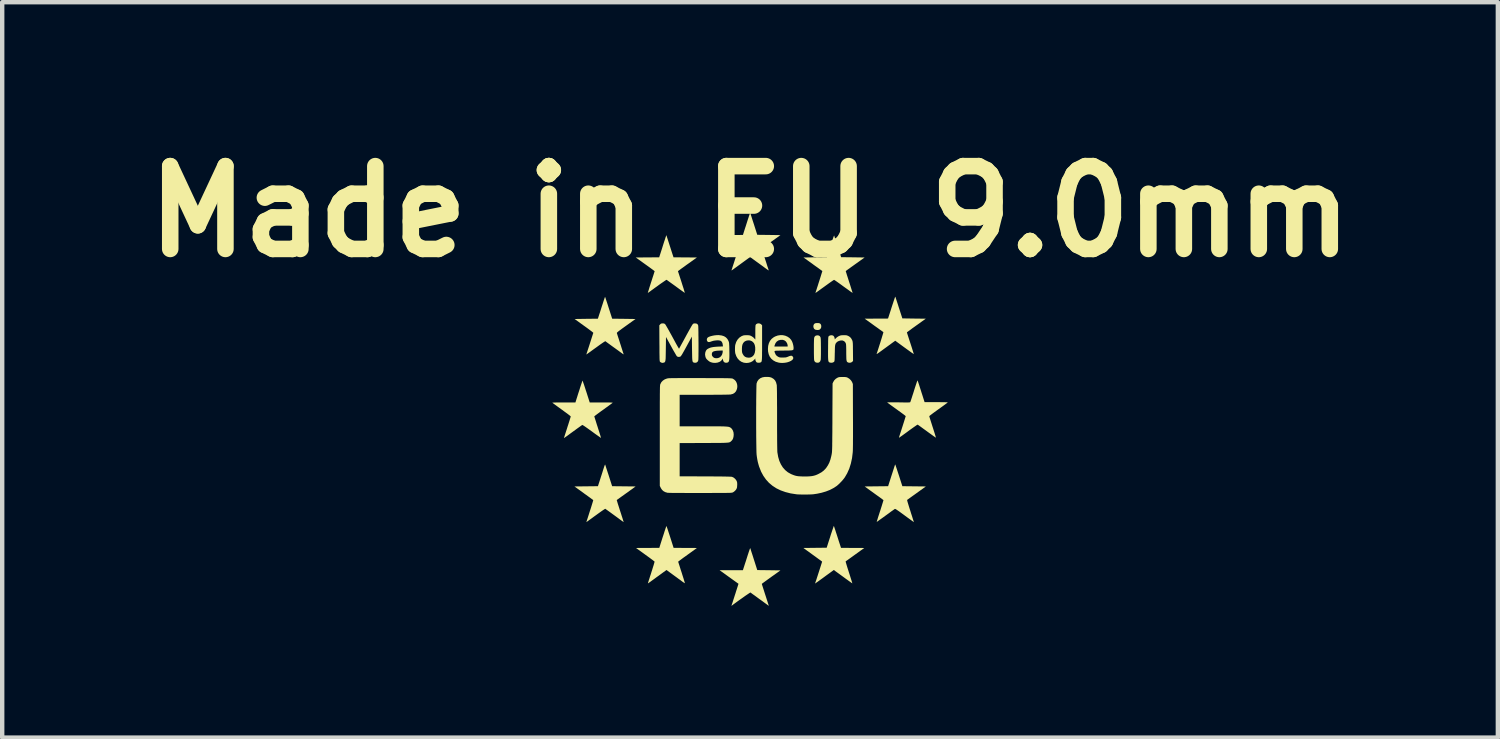
<source format=kicad_pcb>
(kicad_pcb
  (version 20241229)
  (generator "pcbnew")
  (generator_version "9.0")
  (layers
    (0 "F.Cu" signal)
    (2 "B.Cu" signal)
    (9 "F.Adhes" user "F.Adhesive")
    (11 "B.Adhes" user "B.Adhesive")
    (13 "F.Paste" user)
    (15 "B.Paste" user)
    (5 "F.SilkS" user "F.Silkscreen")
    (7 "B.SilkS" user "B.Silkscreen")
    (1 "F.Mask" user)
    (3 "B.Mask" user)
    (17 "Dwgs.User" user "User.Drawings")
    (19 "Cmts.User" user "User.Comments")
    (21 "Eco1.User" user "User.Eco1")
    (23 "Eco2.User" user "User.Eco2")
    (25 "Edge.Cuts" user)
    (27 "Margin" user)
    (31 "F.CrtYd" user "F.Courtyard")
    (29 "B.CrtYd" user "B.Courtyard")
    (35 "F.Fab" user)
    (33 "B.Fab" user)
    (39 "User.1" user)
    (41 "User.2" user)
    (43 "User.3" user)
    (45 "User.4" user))
  (footprint "Made in EU 9.0mm"
    (layer "F.Cu")
    (at 14.019 6.263)
    (property "Reference" "Made in EU 9.0mm" (at 0 -4.5 180) (layer "F.SilkS") (effects (font (size 1.885 1.885) (thickness 0.376))))
    (attr board_only exclude_from_pos_files exclude_from_bom)
    (fp_poly (pts (xy 1.562 -1.96) (xy 1.591 -1.952) (xy 1.61 -1.934) (xy 1.62 -1.907) (xy 1.622 -1.884) (xy 1.617 -1.851) (xy 1.6 -1.825) (xy 1.58 -1.81) (xy 1.558 -1.804) (xy 1.529 -1.803) (xy 1.499 -1.807) (xy 1.482 -1.812) (xy 1.461 -1.828) (xy 1.448 -1.851) (xy 1.442 -1.879) (xy 1.444 -1.907) (xy 1.455 -1.933) (xy 1.464 -1.943) (xy 1.478 -1.953) (xy 1.497 -1.959) (xy 1.523 -1.961)) (stroke (width 0) (type solid)) (fill yes) (layer "F.SilkS"))
    (fp_poly (pts (xy 1.566 -1.677) (xy 1.589 -1.662) (xy 1.604 -1.637) (xy 1.608 -1.621) (xy 1.609 -1.606) (xy 1.611 -1.581) (xy 1.612 -1.546) (xy 1.613 -1.503) (xy 1.613 -1.456) (xy 1.614 -1.405) (xy 1.614 -1.353) (xy 1.614 -1.301) (xy 1.614 -1.253) (xy 1.613 -1.21) (xy 1.612 -1.173) (xy 1.611 -1.146) (xy 1.61 -1.129) (xy 1.6 -1.096) (xy 1.587 -1.078) (xy 1.573 -1.066) (xy 1.558 -1.06) (xy 1.536 -1.058) (xy 1.536 -1.058) (xy 1.506 -1.062) (xy 1.485 -1.072) (xy 1.485 -1.072) (xy 1.471 -1.088) (xy 1.461 -1.109) (xy 1.461 -1.111) (xy 1.459 -1.124) (xy 1.457 -1.149) (xy 1.456 -1.184) (xy 1.455 -1.226) (xy 1.454 -1.274) (xy 1.454 -1.325) (xy 1.454 -1.378) (xy 1.454 -1.43) (xy 1.454 -1.481) (xy 1.455 -1.527) (xy 1.456 -1.567) (xy 1.458 -1.599) (xy 1.459 -1.621) (xy 1.461 -1.629) (xy 1.474 -1.657) (xy 1.496 -1.674) (xy 1.527 -1.681) (xy 1.535 -1.681)) (stroke (width 0) (type solid)) (fill yes) (layer "F.SilkS"))
    (fp_poly (pts (xy 3.308 -2.56) (xy 3.308 -2.559) (xy 3.311 -2.55) (xy 3.317 -2.531) (xy 3.327 -2.501) (xy 3.339 -2.463) (xy 3.354 -2.418) (xy 3.37 -2.368) (xy 3.387 -2.314) (xy 3.389 -2.308) (xy 3.467 -2.067) (xy 3.734 -2.063) (xy 4 -2.06) (xy 3.785 -1.906) (xy 3.738 -1.872) (xy 3.694 -1.841) (xy 3.656 -1.812) (xy 3.623 -1.788) (xy 3.597 -1.769) (xy 3.579 -1.756) (xy 3.571 -1.749) (xy 3.571 -1.749) (xy 3.573 -1.742) (xy 3.578 -1.723) (xy 3.587 -1.695) (xy 3.599 -1.658) (xy 3.613 -1.614) (xy 3.629 -1.565) (xy 3.647 -1.511) (xy 3.65 -1.501) (xy 3.668 -1.446) (xy 3.684 -1.396) (xy 3.698 -1.351) (xy 3.71 -1.313) (xy 3.719 -1.283) (xy 3.725 -1.263) (xy 3.727 -1.254) (xy 3.727 -1.254) (xy 3.722 -1.257) (xy 3.707 -1.268) (xy 3.683 -1.284) (xy 3.652 -1.306) (xy 3.615 -1.333) (xy 3.573 -1.363) (xy 3.527 -1.397) (xy 3.515 -1.405) (xy 3.305 -1.559) (xy 3.104 -1.412) (xy 3.049 -1.372) (xy 3.003 -1.338) (xy 2.967 -1.312) (xy 2.938 -1.291) (xy 2.917 -1.276) (xy 2.901 -1.266) (xy 2.891 -1.259) (xy 2.885 -1.257) (xy 2.882 -1.257) (xy 2.882 -1.259) (xy 2.883 -1.263) (xy 2.883 -1.264) (xy 2.905 -1.329) (xy 2.926 -1.395) (xy 2.946 -1.458) (xy 2.966 -1.519) (xy 2.983 -1.575) (xy 2.999 -1.626) (xy 3.012 -1.67) (xy 3.023 -1.706) (xy 3.031 -1.733) (xy 3.035 -1.75) (xy 3.035 -1.755) (xy 3.029 -1.759) (xy 3.013 -1.771) (xy 2.988 -1.789) (xy 2.956 -1.811) (xy 2.918 -1.839) (xy 2.876 -1.869) (xy 2.829 -1.902) (xy 2.82 -1.909) (xy 2.61 -2.06) (xy 2.876 -2.062) (xy 3.141 -2.063) (xy 3.199 -2.242) (xy 3.222 -2.316) (xy 3.242 -2.377) (xy 3.259 -2.428) (xy 3.272 -2.468) (xy 3.283 -2.5) (xy 3.291 -2.524) (xy 3.297 -2.541) (xy 3.301 -2.552) (xy 3.305 -2.559) (xy 3.307 -2.561)) (stroke (width 0) (type solid)) (fill yes) (layer "F.SilkS"))
    (fp_poly (pts (xy 0.009 3.171) (xy 0.015 3.19) (xy 0.024 3.22) (xy 0.036 3.258) (xy 0.051 3.303) (xy 0.067 3.353) (xy 0.084 3.407) (xy 0.087 3.416) (xy 0.165 3.661) (xy 0.429 3.664) (xy 0.693 3.668) (xy 0.495 3.809) (xy 0.449 3.842) (xy 0.406 3.873) (xy 0.368 3.901) (xy 0.335 3.925) (xy 0.309 3.944) (xy 0.291 3.957) (xy 0.283 3.963) (xy 0.268 3.976) (xy 0.345 4.217) (xy 0.363 4.271) (xy 0.379 4.322) (xy 0.394 4.367) (xy 0.406 4.406) (xy 0.416 4.437) (xy 0.423 4.457) (xy 0.426 4.467) (xy 0.426 4.467) (xy 0.426 4.473) (xy 0.42 4.47) (xy 0.411 4.463) (xy 0.393 4.45) (xy 0.367 4.431) (xy 0.335 4.408) (xy 0.299 4.381) (xy 0.259 4.352) (xy 0.218 4.323) (xy 0.177 4.293) (xy 0.138 4.264) (xy 0.101 4.237) (xy 0.068 4.214) (xy 0.041 4.194) (xy 0.022 4.18) (xy 0.011 4.172) (xy 0.009 4.171) (xy 0.003 4.174) (xy -0.013 4.184) (xy -0.037 4.2) (xy -0.068 4.221) (xy -0.104 4.245) (xy -0.143 4.273) (xy -0.185 4.303) (xy -0.228 4.333) (xy -0.271 4.364) (xy -0.311 4.393) (xy -0.349 4.421) (xy -0.382 4.445) (xy -0.409 4.466) (xy -0.415 4.471) (xy -0.422 4.474) (xy -0.421 4.468) (xy -0.421 4.468) (xy -0.418 4.459) (xy -0.412 4.439) (xy -0.402 4.411) (xy -0.39 4.374) (xy -0.377 4.332) (xy -0.362 4.287) (xy -0.347 4.239) (xy -0.331 4.191) (xy -0.317 4.145) (xy -0.303 4.102) (xy -0.291 4.064) (xy -0.281 4.033) (xy -0.274 4.011) (xy -0.271 4.001) (xy -0.262 3.973) (xy -0.477 3.819) (xy -0.692 3.664) (xy -0.427 3.664) (xy -0.162 3.664) (xy -0.114 3.515) (xy -0.097 3.464) (xy -0.08 3.41) (xy -0.063 3.356) (xy -0.047 3.306) (xy -0.033 3.265) (xy -0.032 3.259) (xy -0.02 3.225) (xy -0.01 3.196) (xy -0.002 3.175) (xy 0.004 3.163) (xy 0.006 3.162)) (stroke (width 0) (type solid)) (fill yes) (layer "F.SilkS"))
    (fp_poly (pts (xy -1.849 -3.791) (xy -1.833 -3.741) (xy -1.816 -3.689) (xy -1.8 -3.639) (xy -1.786 -3.595) (xy -1.774 -3.558) (xy -1.768 -3.539) (xy -1.741 -3.457) (xy -1.475 -3.455) (xy -1.209 -3.453) (xy -1.4 -3.316) (xy -1.446 -3.284) (xy -1.489 -3.252) (xy -1.528 -3.224) (xy -1.562 -3.2) (xy -1.589 -3.18) (xy -1.607 -3.167) (xy -1.615 -3.161) (xy -1.64 -3.142) (xy -1.56 -2.896) (xy -1.543 -2.841) (xy -1.527 -2.791) (xy -1.512 -2.746) (xy -1.501 -2.707) (xy -1.492 -2.677) (xy -1.486 -2.657) (xy -1.483 -2.648) (xy -1.483 -2.648) (xy -1.489 -2.651) (xy -1.504 -2.661) (xy -1.528 -2.678) (xy -1.559 -2.7) (xy -1.596 -2.726) (xy -1.638 -2.757) (xy -1.683 -2.79) (xy -1.688 -2.794) (xy -1.734 -2.827) (xy -1.777 -2.858) (xy -1.816 -2.886) (xy -1.848 -2.909) (xy -1.874 -2.928) (xy -1.891 -2.94) (xy -1.899 -2.945) (xy -1.9 -2.945) (xy -1.907 -2.942) (xy -1.923 -2.932) (xy -1.948 -2.915) (xy -1.98 -2.893) (xy -2.018 -2.867) (xy -2.061 -2.837) (xy -2.107 -2.803) (xy -2.115 -2.797) (xy -2.162 -2.764) (xy -2.205 -2.732) (xy -2.243 -2.705) (xy -2.275 -2.681) (xy -2.301 -2.663) (xy -2.318 -2.651) (xy -2.326 -2.646) (xy -2.326 -2.646) (xy -2.325 -2.652) (xy -2.32 -2.67) (xy -2.311 -2.697) (xy -2.3 -2.733) (xy -2.287 -2.777) (xy -2.271 -2.826) (xy -2.254 -2.88) (xy -2.25 -2.892) (xy -2.232 -2.947) (xy -2.216 -2.998) (xy -2.201 -3.043) (xy -2.189 -3.081) (xy -2.18 -3.111) (xy -2.173 -3.132) (xy -2.17 -3.141) (xy -2.17 -3.142) (xy -2.176 -3.146) (xy -2.191 -3.158) (xy -2.214 -3.175) (xy -2.245 -3.198) (xy -2.282 -3.225) (xy -2.325 -3.256) (xy -2.371 -3.289) (xy -2.385 -3.299) (xy -2.6 -3.453) (xy -2.333 -3.455) (xy -2.067 -3.457) (xy -2.003 -3.656) (xy -1.987 -3.708) (xy -1.971 -3.759) (xy -1.956 -3.806) (xy -1.942 -3.847) (xy -1.931 -3.881) (xy -1.924 -3.904) (xy -1.922 -3.909) (xy -1.904 -3.962)) (stroke (width 0) (type solid)) (fill yes) (layer "F.SilkS"))
    (fp_poly (pts (xy -1.9 2.663) (xy -1.894 2.68) (xy -1.884 2.706) (xy -1.872 2.742) (xy -1.858 2.785) (xy -1.842 2.834) (xy -1.824 2.888) (xy -1.819 2.904) (xy -1.739 3.155) (xy -1.473 3.157) (xy -1.208 3.158) (xy -1.421 3.312) (xy -1.468 3.346) (xy -1.512 3.377) (xy -1.55 3.405) (xy -1.583 3.43) (xy -1.609 3.449) (xy -1.626 3.462) (xy -1.634 3.469) (xy -1.634 3.469) (xy -1.633 3.477) (xy -1.627 3.495) (xy -1.618 3.524) (xy -1.606 3.561) (xy -1.592 3.605) (xy -1.577 3.654) (xy -1.559 3.708) (xy -1.557 3.714) (xy -1.54 3.769) (xy -1.524 3.819) (xy -1.51 3.863) (xy -1.499 3.901) (xy -1.49 3.931) (xy -1.484 3.951) (xy -1.482 3.959) (xy -1.482 3.96) (xy -1.488 3.958) (xy -1.502 3.95) (xy -1.522 3.936) (xy -1.541 3.923) (xy -1.562 3.907) (xy -1.591 3.885) (xy -1.628 3.859) (xy -1.668 3.829) (xy -1.711 3.798) (xy -1.749 3.77) (xy -1.901 3.659) (xy -2.084 3.793) (xy -2.129 3.825) (xy -2.172 3.857) (xy -2.211 3.885) (xy -2.244 3.909) (xy -2.271 3.929) (xy -2.29 3.942) (xy -2.297 3.947) (xy -2.313 3.958) (xy -2.322 3.963) (xy -2.323 3.96) (xy -2.321 3.951) (xy -2.318 3.941) (xy -2.311 3.92) (xy -2.302 3.89) (xy -2.289 3.851) (xy -2.275 3.805) (xy -2.258 3.755) (xy -2.243 3.706) (xy -2.226 3.653) (xy -2.211 3.604) (xy -2.197 3.56) (xy -2.186 3.523) (xy -2.178 3.494) (xy -2.173 3.475) (xy -2.172 3.468) (xy -2.178 3.462) (xy -2.194 3.45) (xy -2.218 3.431) (xy -2.25 3.408) (xy -2.287 3.38) (xy -2.33 3.349) (xy -2.376 3.316) (xy -2.385 3.309) (xy -2.595 3.158) (xy -2.329 3.157) (xy -2.064 3.155) (xy -2.051 3.113) (xy -2.038 3.071) (xy -2.023 3.024) (xy -2.007 2.974) (xy -1.991 2.923) (xy -1.974 2.872) (xy -1.958 2.823) (xy -1.944 2.777) (xy -1.93 2.737) (xy -1.919 2.703) (xy -1.91 2.677) (xy -1.905 2.662) (xy -1.903 2.658)) (stroke (width 0) (type solid)) (fill yes) (layer "F.SilkS"))
    (fp_poly (pts (xy 0.747 -1.685) (xy 0.802 -1.673) (xy 0.853 -1.651) (xy 0.898 -1.621) (xy 0.934 -1.581) (xy 0.954 -1.548) (xy 0.971 -1.506) (xy 0.984 -1.457) (xy 0.991 -1.411) (xy 0.991 -1.396) (xy 0.991 -1.38) (xy 0.99 -1.367) (xy 0.987 -1.357) (xy 0.98 -1.35) (xy 0.967 -1.344) (xy 0.949 -1.34) (xy 0.923 -1.338) (xy 0.888 -1.336) (xy 0.843 -1.335) (xy 0.786 -1.335) (xy 0.76 -1.334) (xy 0.701 -1.334) (xy 0.654 -1.333) (xy 0.618 -1.333) (xy 0.592 -1.331) (xy 0.574 -1.329) (xy 0.563 -1.325) (xy 0.558 -1.319) (xy 0.557 -1.311) (xy 0.56 -1.301) (xy 0.564 -1.288) (xy 0.567 -1.282) (xy 0.582 -1.247) (xy 0.602 -1.221) (xy 0.631 -1.199) (xy 0.639 -1.195) (xy 0.655 -1.186) (xy 0.669 -1.181) (xy 0.686 -1.178) (xy 0.707 -1.176) (xy 0.737 -1.176) (xy 0.747 -1.176) (xy 0.781 -1.177) (xy 0.807 -1.178) (xy 0.827 -1.182) (xy 0.846 -1.188) (xy 0.864 -1.195) (xy 0.898 -1.209) (xy 0.924 -1.216) (xy 0.942 -1.217) (xy 0.957 -1.212) (xy 0.968 -1.203) (xy 0.982 -1.182) (xy 0.985 -1.16) (xy 0.977 -1.139) (xy 0.959 -1.119) (xy 0.933 -1.101) (xy 0.901 -1.085) (xy 0.862 -1.071) (xy 0.82 -1.061) (xy 0.774 -1.055) (xy 0.727 -1.053) (xy 0.679 -1.056) (xy 0.646 -1.062) (xy 0.583 -1.081) (xy 0.529 -1.111) (xy 0.484 -1.149) (xy 0.449 -1.196) (xy 0.425 -1.252) (xy 0.411 -1.316) (xy 0.408 -1.37) (xy 0.412 -1.427) (xy 0.555 -1.427) (xy 0.706 -1.427) (xy 0.857 -1.427) (xy 0.857 -1.449) (xy 0.854 -1.467) (xy 0.847 -1.491) (xy 0.841 -1.505) (xy 0.818 -1.54) (xy 0.787 -1.564) (xy 0.749 -1.578) (xy 0.735 -1.579) (xy 0.687 -1.577) (xy 0.644 -1.564) (xy 0.608 -1.539) (xy 0.581 -1.505) (xy 0.563 -1.461) (xy 0.559 -1.449) (xy 0.555 -1.427) (xy 0.412 -1.427) (xy 0.413 -1.44) (xy 0.429 -1.501) (xy 0.455 -1.555) (xy 0.492 -1.601) (xy 0.54 -1.638) (xy 0.573 -1.656) (xy 0.631 -1.677) (xy 0.69 -1.686)) (stroke (width 0) (type solid)) (fill yes) (layer "F.SilkS"))
    (fp_poly (pts (xy 1.909 2.659) (xy 1.912 2.665) (xy 1.916 2.677) (xy 1.922 2.695) (xy 1.93 2.72) (xy 1.941 2.752) (xy 1.954 2.794) (xy 1.971 2.845) (xy 1.991 2.907) (xy 2.014 2.98) (xy 2.019 2.996) (xy 2.071 3.155) (xy 2.335 3.157) (xy 2.6 3.158) (xy 2.391 3.309) (xy 2.344 3.343) (xy 2.301 3.374) (xy 2.262 3.402) (xy 2.229 3.426) (xy 2.203 3.444) (xy 2.185 3.457) (xy 2.177 3.463) (xy 2.176 3.463) (xy 2.177 3.47) (xy 2.182 3.489) (xy 2.19 3.517) (xy 2.201 3.554) (xy 2.214 3.597) (xy 2.23 3.647) (xy 2.247 3.701) (xy 2.251 3.714) (xy 2.269 3.769) (xy 2.285 3.82) (xy 2.299 3.865) (xy 2.311 3.903) (xy 2.32 3.933) (xy 2.326 3.954) (xy 2.329 3.963) (xy 2.329 3.963) (xy 2.323 3.96) (xy 2.308 3.95) (xy 2.284 3.933) (xy 2.253 3.911) (xy 2.216 3.884) (xy 2.174 3.854) (xy 2.128 3.82) (xy 2.117 3.812) (xy 1.907 3.659) (xy 1.873 3.684) (xy 1.828 3.717) (xy 1.781 3.751) (xy 1.734 3.785) (xy 1.688 3.819) (xy 1.643 3.852) (xy 1.601 3.882) (xy 1.564 3.909) (xy 1.532 3.932) (xy 1.507 3.949) (xy 1.491 3.961) (xy 1.484 3.966) (xy 1.483 3.966) (xy 1.482 3.962) (xy 1.483 3.961) (xy 1.485 3.953) (xy 1.491 3.935) (xy 1.5 3.908) (xy 1.512 3.873) (xy 1.525 3.832) (xy 1.54 3.786) (xy 1.555 3.739) (xy 1.571 3.69) (xy 1.586 3.642) (xy 1.601 3.597) (xy 1.614 3.556) (xy 1.625 3.521) (xy 1.634 3.493) (xy 1.639 3.475) (xy 1.641 3.468) (xy 1.641 3.468) (xy 1.636 3.464) (xy 1.621 3.453) (xy 1.597 3.435) (xy 1.566 3.413) (xy 1.529 3.386) (xy 1.487 3.355) (xy 1.441 3.322) (xy 1.427 3.312) (xy 1.214 3.158) (xy 1.479 3.155) (xy 1.745 3.152) (xy 1.825 2.902) (xy 1.842 2.847) (xy 1.859 2.797) (xy 1.874 2.752) (xy 1.887 2.714) (xy 1.897 2.685) (xy 1.904 2.665) (xy 1.907 2.656) (xy 1.908 2.656)) (stroke (width 0) (type solid)) (fill yes) (layer "F.SilkS"))
    (fp_poly (pts (xy 0.007 -4.463) (xy 0.013 -4.444) (xy 0.022 -4.416) (xy 0.034 -4.378) (xy 0.048 -4.334) (xy 0.064 -4.284) (xy 0.082 -4.229) (xy 0.086 -4.217) (xy 0.165 -3.969) (xy 0.429 -3.966) (xy 0.693 -3.962) (xy 0.481 -3.81) (xy 0.434 -3.776) (xy 0.39 -3.744) (xy 0.352 -3.716) (xy 0.319 -3.692) (xy 0.294 -3.674) (xy 0.276 -3.66) (xy 0.268 -3.654) (xy 0.268 -3.654) (xy 0.27 -3.647) (xy 0.275 -3.629) (xy 0.284 -3.602) (xy 0.295 -3.568) (xy 0.308 -3.527) (xy 0.322 -3.482) (xy 0.338 -3.434) (xy 0.353 -3.386) (xy 0.369 -3.338) (xy 0.383 -3.293) (xy 0.396 -3.252) (xy 0.408 -3.217) (xy 0.417 -3.189) (xy 0.422 -3.173) (xy 0.424 -3.168) (xy 0.426 -3.163) (xy 0.426 -3.16) (xy 0.424 -3.16) (xy 0.418 -3.162) (xy 0.408 -3.169) (xy 0.392 -3.179) (xy 0.371 -3.195) (xy 0.341 -3.216) (xy 0.304 -3.244) (xy 0.257 -3.278) (xy 0.228 -3.299) (xy 0.183 -3.332) (xy 0.141 -3.362) (xy 0.103 -3.39) (xy 0.071 -3.413) (xy 0.046 -3.432) (xy 0.029 -3.444) (xy 0.023 -3.448) (xy 0.002 -3.463) (xy -0.178 -3.332) (xy -0.223 -3.299) (xy -0.266 -3.268) (xy -0.305 -3.239) (xy -0.339 -3.215) (xy -0.366 -3.195) (xy -0.385 -3.181) (xy -0.391 -3.177) (xy -0.409 -3.164) (xy -0.418 -3.159) (xy -0.421 -3.16) (xy -0.419 -3.168) (xy -0.419 -3.169) (xy -0.416 -3.179) (xy -0.409 -3.199) (xy -0.4 -3.229) (xy -0.388 -3.265) (xy -0.374 -3.308) (xy -0.359 -3.354) (xy -0.344 -3.402) (xy -0.328 -3.451) (xy -0.313 -3.498) (xy -0.299 -3.541) (xy -0.287 -3.58) (xy -0.277 -3.611) (xy -0.269 -3.634) (xy -0.265 -3.647) (xy -0.265 -3.648) (xy -0.269 -3.654) (xy -0.284 -3.666) (xy -0.307 -3.684) (xy -0.338 -3.708) (xy -0.374 -3.736) (xy -0.417 -3.767) (xy -0.463 -3.8) (xy -0.475 -3.809) (xy -0.688 -3.962) (xy -0.425 -3.964) (xy -0.161 -3.966) (xy -0.114 -4.115) (xy -0.097 -4.166) (xy -0.08 -4.22) (xy -0.063 -4.274) (xy -0.047 -4.324) (xy -0.033 -4.365) (xy -0.032 -4.37) (xy -0.02 -4.405) (xy -0.01 -4.435) (xy -0.002 -4.456) (xy 0.003 -4.469) (xy 0.004 -4.471)) (stroke (width 0) (type solid)) (fill yes) (layer "F.SilkS"))
    (fp_poly (pts (xy 3.306 1.261) (xy 3.313 1.278) (xy 3.322 1.305) (xy 3.334 1.341) (xy 3.348 1.384) (xy 3.364 1.433) (xy 3.382 1.487) (xy 3.387 1.502) (xy 3.467 1.752) (xy 3.734 1.755) (xy 4.002 1.758) (xy 3.792 1.909) (xy 3.745 1.943) (xy 3.701 1.974) (xy 3.662 2.002) (xy 3.629 2.026) (xy 3.603 2.045) (xy 3.585 2.058) (xy 3.576 2.064) (xy 3.575 2.064) (xy 3.576 2.071) (xy 3.58 2.09) (xy 3.588 2.119) (xy 3.6 2.158) (xy 3.614 2.205) (xy 3.631 2.26) (xy 3.65 2.318) (xy 3.667 2.374) (xy 3.684 2.425) (xy 3.698 2.47) (xy 3.71 2.509) (xy 3.72 2.539) (xy 3.726 2.559) (xy 3.729 2.569) (xy 3.729 2.57) (xy 3.724 2.566) (xy 3.708 2.555) (xy 3.685 2.538) (xy 3.654 2.516) (xy 3.617 2.489) (xy 3.575 2.459) (xy 3.529 2.425) (xy 3.517 2.416) (xy 3.464 2.377) (xy 3.42 2.345) (xy 3.385 2.32) (xy 3.357 2.301) (xy 3.336 2.287) (xy 3.321 2.277) (xy 3.31 2.272) (xy 3.302 2.269) (xy 3.297 2.269) (xy 3.293 2.271) (xy 3.285 2.277) (xy 3.267 2.29) (xy 3.24 2.309) (xy 3.207 2.332) (xy 3.169 2.361) (xy 3.126 2.392) (xy 3.083 2.423) (xy 3.038 2.456) (xy 2.996 2.486) (xy 2.959 2.512) (xy 2.929 2.534) (xy 2.905 2.551) (xy 2.89 2.561) (xy 2.884 2.564) (xy 2.885 2.558) (xy 2.89 2.54) (xy 2.899 2.512) (xy 2.91 2.475) (xy 2.924 2.431) (xy 2.94 2.382) (xy 2.957 2.328) (xy 2.961 2.318) (xy 2.978 2.263) (xy 2.994 2.213) (xy 3.008 2.167) (xy 3.02 2.129) (xy 3.029 2.099) (xy 3.035 2.079) (xy 3.037 2.07) (xy 3.037 2.069) (xy 3.031 2.064) (xy 3.016 2.053) (xy 2.995 2.036) (xy 2.968 2.017) (xy 2.956 2.008) (xy 2.927 1.987) (xy 2.89 1.961) (xy 2.847 1.93) (xy 2.803 1.898) (xy 2.759 1.866) (xy 2.743 1.855) (xy 2.609 1.758) (xy 2.876 1.755) (xy 3.143 1.752) (xy 3.222 1.505) (xy 3.24 1.45) (xy 3.256 1.4) (xy 3.271 1.354) (xy 3.283 1.316) (xy 3.293 1.286) (xy 3.3 1.265) (xy 3.304 1.256) (xy 3.304 1.256)) (stroke (width 0) (type solid)) (fill yes) (layer "F.SilkS"))
    (fp_poly (pts (xy -3.297 1.259) (xy -3.294 1.268) (xy -3.287 1.288) (xy -3.278 1.317) (xy -3.266 1.355) (xy -3.251 1.4) (xy -3.235 1.45) (xy -3.217 1.504) (xy -3.215 1.511) (xy -3.138 1.752) (xy -2.87 1.755) (xy -2.603 1.758) (xy -2.817 1.912) (xy -2.864 1.946) (xy -2.908 1.977) (xy -2.947 2.005) (xy -2.98 2.029) (xy -3.006 2.048) (xy -3.024 2.06) (xy -3.033 2.067) (xy -3.033 2.067) (xy -3.032 2.073) (xy -3.026 2.091) (xy -3.018 2.119) (xy -3.007 2.156) (xy -2.993 2.199) (xy -2.977 2.249) (xy -2.96 2.303) (xy -2.955 2.318) (xy -2.937 2.373) (xy -2.921 2.424) (xy -2.906 2.47) (xy -2.894 2.508) (xy -2.885 2.539) (xy -2.878 2.559) (xy -2.876 2.569) (xy -2.876 2.569) (xy -2.881 2.566) (xy -2.896 2.555) (xy -2.92 2.538) (xy -2.951 2.516) (xy -2.987 2.489) (xy -3.029 2.458) (xy -3.074 2.425) (xy -3.081 2.42) (xy -3.128 2.386) (xy -3.17 2.355) (xy -3.209 2.327) (xy -3.242 2.303) (xy -3.268 2.285) (xy -3.285 2.272) (xy -3.294 2.266) (xy -3.294 2.266) (xy -3.301 2.269) (xy -3.318 2.28) (xy -3.343 2.296) (xy -3.375 2.318) (xy -3.413 2.345) (xy -3.455 2.375) (xy -3.502 2.409) (xy -3.513 2.417) (xy -3.56 2.451) (xy -3.603 2.483) (xy -3.641 2.51) (xy -3.674 2.534) (xy -3.699 2.552) (xy -3.716 2.564) (xy -3.724 2.569) (xy -3.724 2.57) (xy -3.723 2.563) (xy -3.717 2.545) (xy -3.708 2.517) (xy -3.696 2.481) (xy -3.682 2.437) (xy -3.666 2.387) (xy -3.649 2.333) (xy -3.645 2.32) (xy -3.627 2.266) (xy -3.611 2.215) (xy -3.597 2.169) (xy -3.585 2.13) (xy -3.576 2.1) (xy -3.57 2.079) (xy -3.568 2.069) (xy -3.568 2.069) (xy -3.574 2.064) (xy -3.589 2.052) (xy -3.614 2.034) (xy -3.645 2.011) (xy -3.683 1.984) (xy -3.725 1.953) (xy -3.772 1.92) (xy -3.783 1.911) (xy -3.996 1.758) (xy -3.728 1.755) (xy -3.461 1.752) (xy -3.408 1.588) (xy -3.392 1.537) (xy -3.375 1.485) (xy -3.359 1.435) (xy -3.345 1.389) (xy -3.333 1.352) (xy -3.328 1.336) (xy -3.318 1.306) (xy -3.309 1.281) (xy -3.302 1.265) (xy -3.297 1.259)) (stroke (width 0) (type solid)) (fill yes) (layer "F.SilkS"))
    (fp_poly (pts (xy 1.918 -3.944) (xy 1.924 -3.924) (xy 1.934 -3.894) (xy 1.946 -3.856) (xy 1.961 -3.812) (xy 1.977 -3.761) (xy 1.994 -3.707) (xy 1.996 -3.701) (xy 2.074 -3.46) (xy 2.341 -3.457) (xy 2.608 -3.453) (xy 2.394 -3.3) (xy 2.347 -3.266) (xy 2.303 -3.235) (xy 2.265 -3.207) (xy 2.231 -3.183) (xy 2.205 -3.164) (xy 2.188 -3.151) (xy 2.179 -3.145) (xy 2.179 -3.145) (xy 2.18 -3.138) (xy 2.185 -3.121) (xy 2.194 -3.093) (xy 2.205 -3.056) (xy 2.219 -3.013) (xy 2.235 -2.963) (xy 2.252 -2.909) (xy 2.256 -2.896) (xy 2.274 -2.842) (xy 2.29 -2.791) (xy 2.304 -2.746) (xy 2.316 -2.707) (xy 2.326 -2.677) (xy 2.332 -2.657) (xy 2.334 -2.647) (xy 2.334 -2.647) (xy 2.328 -2.65) (xy 2.313 -2.661) (xy 2.289 -2.677) (xy 2.259 -2.699) (xy 2.222 -2.726) (xy 2.18 -2.756) (xy 2.134 -2.789) (xy 2.127 -2.794) (xy 2.081 -2.828) (xy 2.038 -2.859) (xy 1.999 -2.887) (xy 1.966 -2.91) (xy 1.94 -2.928) (xy 1.922 -2.939) (xy 1.913 -2.944) (xy 1.913 -2.944) (xy 1.905 -2.94) (xy 1.888 -2.929) (xy 1.863 -2.912) (xy 1.831 -2.89) (xy 1.793 -2.863) (xy 1.75 -2.832) (xy 1.704 -2.799) (xy 1.699 -2.795) (xy 1.653 -2.762) (xy 1.61 -2.731) (xy 1.572 -2.703) (xy 1.54 -2.68) (xy 1.515 -2.663) (xy 1.499 -2.651) (xy 1.491 -2.646) (xy 1.491 -2.646) (xy 1.491 -2.651) (xy 1.494 -2.664) (xy 1.503 -2.692) (xy 1.515 -2.727) (xy 1.528 -2.769) (xy 1.543 -2.814) (xy 1.558 -2.863) (xy 1.574 -2.912) (xy 1.589 -2.96) (xy 1.604 -3.006) (xy 1.617 -3.049) (xy 1.628 -3.085) (xy 1.637 -3.114) (xy 1.644 -3.135) (xy 1.646 -3.144) (xy 1.646 -3.145) (xy 1.641 -3.149) (xy 1.625 -3.16) (xy 1.601 -3.177) (xy 1.57 -3.2) (xy 1.533 -3.227) (xy 1.49 -3.257) (xy 1.444 -3.29) (xy 1.431 -3.3) (xy 1.218 -3.453) (xy 1.484 -3.457) (xy 1.751 -3.46) (xy 1.798 -3.607) (xy 1.814 -3.658) (xy 1.832 -3.711) (xy 1.849 -3.765) (xy 1.864 -3.813) (xy 1.877 -3.854) (xy 1.879 -3.858) (xy 1.89 -3.892) (xy 1.9 -3.92) (xy 1.908 -3.941) (xy 1.913 -3.951) (xy 1.915 -3.952)) (stroke (width 0) (type solid)) (fill yes) (layer "F.SilkS"))
    (fp_poly (pts (xy -3.296 -2.55) (xy -3.289 -2.532) (xy -3.28 -2.504) (xy -3.268 -2.467) (xy -3.253 -2.423) (xy -3.237 -2.373) (xy -3.22 -2.319) (xy -3.216 -2.307) (xy -3.137 -2.06) (xy -2.872 -2.057) (xy -2.606 -2.053) (xy -2.821 -1.899) (xy -2.875 -1.86) (xy -2.92 -1.828) (xy -2.955 -1.802) (xy -2.983 -1.781) (xy -3.003 -1.765) (xy -3.017 -1.753) (xy -3.025 -1.744) (xy -3.03 -1.738) (xy -3.031 -1.733) (xy -3.03 -1.732) (xy -3.027 -1.721) (xy -3.02 -1.7) (xy -3.011 -1.67) (xy -2.999 -1.633) (xy -2.985 -1.591) (xy -2.97 -1.544) (xy -2.955 -1.496) (xy -2.939 -1.448) (xy -2.925 -1.402) (xy -2.911 -1.359) (xy -2.899 -1.321) (xy -2.889 -1.29) (xy -2.881 -1.267) (xy -2.877 -1.255) (xy -2.877 -1.254) (xy -2.878 -1.249) (xy -2.882 -1.25) (xy -2.889 -1.255) (xy -2.905 -1.266) (xy -2.929 -1.283) (xy -2.959 -1.305) (xy -2.994 -1.331) (xy -3.033 -1.359) (xy -3.073 -1.388) (xy -3.115 -1.418) (xy -3.155 -1.447) (xy -3.193 -1.475) (xy -3.226 -1.499) (xy -3.255 -1.52) (xy -3.276 -1.536) (xy -3.29 -1.546) (xy -3.292 -1.548) (xy -3.299 -1.545) (xy -3.316 -1.535) (xy -3.341 -1.519) (xy -3.373 -1.497) (xy -3.412 -1.47) (xy -3.456 -1.438) (xy -3.504 -1.403) (xy -3.51 -1.399) (xy -3.556 -1.366) (xy -3.6 -1.334) (xy -3.638 -1.306) (xy -3.671 -1.283) (xy -3.697 -1.264) (xy -3.714 -1.252) (xy -3.723 -1.246) (xy -3.723 -1.246) (xy -3.724 -1.251) (xy -3.722 -1.256) (xy -3.719 -1.265) (xy -3.713 -1.285) (xy -3.703 -1.314) (xy -3.691 -1.352) (xy -3.676 -1.397) (xy -3.66 -1.446) (xy -3.643 -1.499) (xy -3.626 -1.552) (xy -3.61 -1.602) (xy -3.596 -1.646) (xy -3.584 -1.683) (xy -3.575 -1.712) (xy -3.568 -1.731) (xy -3.566 -1.738) (xy -3.571 -1.744) (xy -3.585 -1.756) (xy -3.608 -1.774) (xy -3.639 -1.797) (xy -3.676 -1.825) (xy -3.718 -1.856) (xy -3.764 -1.889) (xy -3.778 -1.899) (xy -3.992 -2.053) (xy -3.727 -2.057) (xy -3.462 -2.06) (xy -3.43 -2.16) (xy -3.417 -2.198) (xy -3.402 -2.245) (xy -3.386 -2.297) (xy -3.369 -2.35) (xy -3.352 -2.401) (xy -3.349 -2.41) (xy -3.336 -2.452) (xy -3.323 -2.49) (xy -3.313 -2.52) (xy -3.305 -2.543) (xy -3.3 -2.555) (xy -3.298 -2.557)) (stroke (width 0) (type solid)) (fill yes) (layer "F.SilkS"))
    (fp_poly (pts (xy 2.166 -1.684) (xy 2.189 -1.683) (xy 2.207 -1.679) (xy 2.225 -1.672) (xy 2.239 -1.666) (xy 2.272 -1.645) (xy 2.298 -1.619) (xy 2.318 -1.585) (xy 2.327 -1.566) (xy 2.331 -1.556) (xy 2.334 -1.545) (xy 2.336 -1.532) (xy 2.338 -1.516) (xy 2.34 -1.495) (xy 2.341 -1.467) (xy 2.342 -1.431) (xy 2.342 -1.385) (xy 2.343 -1.327) (xy 2.343 -1.315) (xy 2.345 -1.098) (xy 2.325 -1.078) (xy 2.301 -1.063) (xy 2.271 -1.057) (xy 2.241 -1.06) (xy 2.22 -1.07) (xy 2.211 -1.076) (xy 2.205 -1.085) (xy 2.2 -1.098) (xy 2.196 -1.116) (xy 2.193 -1.141) (xy 2.192 -1.174) (xy 2.191 -1.217) (xy 2.19 -1.271) (xy 2.19 -1.292) (xy 2.19 -1.348) (xy 2.189 -1.397) (xy 2.188 -1.438) (xy 2.186 -1.468) (xy 2.184 -1.487) (xy 2.183 -1.49) (xy 2.168 -1.522) (xy 2.144 -1.547) (xy 2.113 -1.562) (xy 2.102 -1.564) (xy 2.064 -1.564) (xy 2.025 -1.555) (xy 1.991 -1.538) (xy 1.977 -1.526) (xy 1.964 -1.514) (xy 1.955 -1.502) (xy 1.947 -1.489) (xy 1.942 -1.473) (xy 1.937 -1.452) (xy 1.934 -1.426) (xy 1.932 -1.391) (xy 1.931 -1.347) (xy 1.93 -1.291) (xy 1.929 -1.275) (xy 1.928 -1.22) (xy 1.927 -1.178) (xy 1.926 -1.146) (xy 1.925 -1.122) (xy 1.923 -1.105) (xy 1.921 -1.094) (xy 1.918 -1.086) (xy 1.914 -1.081) (xy 1.912 -1.078) (xy 1.889 -1.064) (xy 1.86 -1.057) (xy 1.83 -1.059) (xy 1.817 -1.062) (xy 1.807 -1.066) (xy 1.798 -1.071) (xy 1.791 -1.08) (xy 1.785 -1.093) (xy 1.781 -1.112) (xy 1.779 -1.137) (xy 1.777 -1.171) (xy 1.776 -1.213) (xy 1.776 -1.265) (xy 1.776 -1.329) (xy 1.777 -1.381) (xy 1.777 -1.448) (xy 1.778 -1.503) (xy 1.778 -1.547) (xy 1.779 -1.581) (xy 1.78 -1.607) (xy 1.781 -1.626) (xy 1.783 -1.64) (xy 1.785 -1.649) (xy 1.787 -1.655) (xy 1.79 -1.66) (xy 1.791 -1.661) (xy 1.813 -1.676) (xy 1.841 -1.683) (xy 1.867 -1.683) (xy 1.895 -1.673) (xy 1.914 -1.652) (xy 1.925 -1.622) (xy 1.925 -1.619) (xy 1.93 -1.589) (xy 1.956 -1.617) (xy 1.981 -1.639) (xy 2.011 -1.658) (xy 2.025 -1.665) (xy 2.046 -1.674) (xy 2.065 -1.68) (xy 2.086 -1.683) (xy 2.112 -1.684) (xy 2.134 -1.685)) (stroke (width 0) (type solid)) (fill yes) (layer "F.SilkS"))
    (fp_poly (pts (xy 0.222 -1.95) (xy 0.247 -1.938) (xy 0.256 -1.93) (xy 0.275 -1.909) (xy 0.275 -1.51) (xy 0.275 -1.424) (xy 0.275 -1.35) (xy 0.274 -1.288) (xy 0.274 -1.236) (xy 0.273 -1.193) (xy 0.272 -1.159) (xy 0.27 -1.132) (xy 0.268 -1.112) (xy 0.265 -1.096) (xy 0.262 -1.085) (xy 0.258 -1.078) (xy 0.253 -1.072) (xy 0.247 -1.068) (xy 0.24 -1.065) (xy 0.221 -1.059) (xy 0.195 -1.058) (xy 0.17 -1.06) (xy 0.154 -1.065) (xy 0.14 -1.079) (xy 0.128 -1.101) (xy 0.121 -1.126) (xy 0.121 -1.137) (xy 0.121 -1.155) (xy 0.1 -1.13) (xy 0.064 -1.097) (xy 0.02 -1.072) (xy -0.03 -1.057) (xy -0.083 -1.052) (xy -0.136 -1.058) (xy -0.148 -1.061) (xy -0.199 -1.081) (xy -0.244 -1.113) (xy -0.282 -1.155) (xy -0.312 -1.206) (xy -0.333 -1.265) (xy -0.335 -1.269) (xy -0.339 -1.298) (xy -0.342 -1.335) (xy -0.342 -1.37) (xy -0.184 -1.37) (xy -0.184 -1.335) (xy -0.182 -1.309) (xy -0.179 -1.29) (xy -0.173 -1.273) (xy -0.169 -1.263) (xy -0.145 -1.223) (xy -0.116 -1.195) (xy -0.08 -1.179) (xy -0.037 -1.173) (xy -0.033 -1.173) (xy -0.002 -1.175) (xy 0.026 -1.183) (xy 0.03 -1.185) (xy 0.065 -1.208) (xy 0.092 -1.242) (xy 0.109 -1.285) (xy 0.118 -1.339) (xy 0.119 -1.35) (xy 0.118 -1.411) (xy 0.108 -1.462) (xy 0.089 -1.504) (xy 0.06 -1.535) (xy 0.034 -1.552) (xy -0.003 -1.565) (xy -0.043 -1.567) (xy -0.082 -1.56) (xy -0.117 -1.544) (xy -0.139 -1.526) (xy -0.159 -1.499) (xy -0.173 -1.468) (xy -0.181 -1.43) (xy -0.184 -1.382) (xy -0.184 -1.37) (xy -0.342 -1.37) (xy -0.342 -1.376) (xy -0.341 -1.417) (xy -0.338 -1.452) (xy -0.334 -1.47) (xy -0.314 -1.531) (xy -0.284 -1.583) (xy -0.246 -1.626) (xy -0.2 -1.658) (xy -0.186 -1.665) (xy -0.164 -1.674) (xy -0.146 -1.68) (xy -0.125 -1.683) (xy -0.099 -1.684) (xy -0.077 -1.684) (xy -0.045 -1.684) (xy -0.022 -1.682) (xy -0.004 -1.679) (xy 0.014 -1.672) (xy 0.029 -1.665) (xy 0.055 -1.649) (xy 0.081 -1.629) (xy 0.094 -1.615) (xy 0.121 -1.586) (xy 0.121 -1.744) (xy 0.121 -1.804) (xy 0.122 -1.852) (xy 0.124 -1.888) (xy 0.126 -1.911) (xy 0.128 -1.919) (xy 0.144 -1.938) (xy 0.167 -1.95) (xy 0.195 -1.954)) (stroke (width 0) (type solid)) (fill yes) (layer "F.SilkS"))
    (fp_poly (pts (xy -0.707 -1.686) (xy -0.644 -1.678) (xy -0.591 -1.661) (xy -0.548 -1.634) (xy -0.515 -1.599) (xy -0.49 -1.554) (xy -0.489 -1.551) (xy -0.484 -1.538) (xy -0.48 -1.525) (xy -0.477 -1.51) (xy -0.475 -1.491) (xy -0.474 -1.467) (xy -0.472 -1.436) (xy -0.471 -1.395) (xy -0.47 -1.342) (xy -0.47 -1.338) (xy -0.469 -1.271) (xy -0.469 -1.216) (xy -0.47 -1.171) (xy -0.472 -1.137) (xy -0.476 -1.11) (xy -0.481 -1.091) (xy -0.489 -1.078) (xy -0.498 -1.069) (xy -0.51 -1.063) (xy -0.522 -1.059) (xy -0.556 -1.057) (xy -0.583 -1.067) (xy -0.603 -1.087) (xy -0.614 -1.118) (xy -0.616 -1.128) (xy -0.62 -1.156) (xy -0.634 -1.13) (xy -0.66 -1.099) (xy -0.696 -1.076) (xy -0.739 -1.061) (xy -0.789 -1.054) (xy -0.843 -1.057) (xy -0.852 -1.059) (xy -0.893 -1.07) (xy -0.93 -1.089) (xy -0.966 -1.119) (xy -0.969 -1.122) (xy -0.991 -1.145) (xy -1.005 -1.167) (xy -1.014 -1.193) (xy -1.015 -1.195) (xy -1.023 -1.243) (xy -1.022 -1.253) (xy -0.869 -1.253) (xy -0.866 -1.226) (xy -0.862 -1.215) (xy -0.84 -1.186) (xy -0.811 -1.167) (xy -0.775 -1.16) (xy -0.733 -1.163) (xy -0.722 -1.166) (xy -0.686 -1.182) (xy -0.657 -1.209) (xy -0.636 -1.244) (xy -0.624 -1.285) (xy -0.622 -1.3) (xy -0.62 -1.336) (xy -0.697 -1.334) (xy -0.753 -1.331) (xy -0.799 -1.324) (xy -0.832 -1.314) (xy -0.853 -1.301) (xy -0.853 -1.3) (xy -0.865 -1.279) (xy -0.869 -1.253) (xy -1.022 -1.253) (xy -1.018 -1.289) (xy -1.005 -1.326) (xy -0.992 -1.347) (xy -0.976 -1.364) (xy -0.954 -1.378) (xy -0.931 -1.389) (xy -0.904 -1.4) (xy -0.873 -1.408) (xy -0.836 -1.415) (xy -0.791 -1.42) (xy -0.736 -1.424) (xy -0.711 -1.425) (xy -0.616 -1.429) (xy -0.62 -1.466) (xy -0.627 -1.503) (xy -0.64 -1.53) (xy -0.658 -1.55) (xy -0.665 -1.555) (xy -0.687 -1.563) (xy -0.718 -1.567) (xy -0.755 -1.567) (xy -0.795 -1.563) (xy -0.834 -1.557) (xy -0.87 -1.546) (xy -0.873 -1.545) (xy -0.907 -1.533) (xy -0.932 -1.528) (xy -0.951 -1.53) (xy -0.965 -1.538) (xy -0.971 -1.546) (xy -0.982 -1.569) (xy -0.982 -1.596) (xy -0.972 -1.62) (xy -0.961 -1.632) (xy -0.936 -1.647) (xy -0.9 -1.66) (xy -0.858 -1.671) (xy -0.812 -1.68) (xy -0.765 -1.685) (xy -0.72 -1.687)) (stroke (width 0) (type solid)) (fill yes) (layer "F.SilkS"))
    (fp_poly (pts (xy -3.81 -0.646) (xy -3.803 -0.629) (xy -3.794 -0.602) (xy -3.781 -0.567) (xy -3.767 -0.524) (xy -3.751 -0.475) (xy -3.734 -0.421) (xy -3.728 -0.405) (xy -3.648 -0.154) (xy -3.385 -0.154) (xy -3.313 -0.154) (xy -3.253 -0.153) (xy -3.203 -0.153) (xy -3.166 -0.152) (xy -3.14 -0.15) (xy -3.126 -0.149) (xy -3.125 -0.148) (xy -3.131 -0.142) (xy -3.147 -0.13) (xy -3.171 -0.112) (xy -3.203 -0.089) (xy -3.24 -0.061) (xy -3.283 -0.031) (xy -3.329 0.003) (xy -3.336 0.008) (xy -3.383 0.041) (xy -3.425 0.072) (xy -3.463 0.1) (xy -3.495 0.124) (xy -3.52 0.143) (xy -3.537 0.156) (xy -3.543 0.163) (xy -3.544 0.163) (xy -3.542 0.17) (xy -3.536 0.189) (xy -3.527 0.218) (xy -3.515 0.255) (xy -3.501 0.3) (xy -3.486 0.349) (xy -3.468 0.403) (xy -3.466 0.41) (xy -3.449 0.464) (xy -3.433 0.514) (xy -3.419 0.559) (xy -3.407 0.596) (xy -3.399 0.625) (xy -3.393 0.645) (xy -3.391 0.653) (xy -3.391 0.654) (xy -3.397 0.65) (xy -3.412 0.64) (xy -3.436 0.623) (xy -3.467 0.601) (xy -3.504 0.575) (xy -3.546 0.545) (xy -3.592 0.511) (xy -3.6 0.505) (xy -3.652 0.468) (xy -3.698 0.435) (xy -3.738 0.407) (xy -3.77 0.385) (xy -3.795 0.369) (xy -3.811 0.36) (xy -3.816 0.358) (xy -3.824 0.363) (xy -3.841 0.374) (xy -3.866 0.392) (xy -3.898 0.415) (xy -3.936 0.442) (xy -3.978 0.473) (xy -4.021 0.504) (xy -4.075 0.543) (xy -4.118 0.575) (xy -4.153 0.601) (xy -4.18 0.62) (xy -4.2 0.634) (xy -4.215 0.644) (xy -4.224 0.651) (xy -4.23 0.654) (xy -4.233 0.655) (xy -4.233 0.654) (xy -4.234 0.653) (xy -4.232 0.646) (xy -4.226 0.628) (xy -4.217 0.599) (xy -4.205 0.562) (xy -4.191 0.519) (xy -4.175 0.469) (xy -4.158 0.416) (xy -4.157 0.411) (xy -4.139 0.357) (xy -4.123 0.306) (xy -4.109 0.262) (xy -4.097 0.223) (xy -4.088 0.194) (xy -4.082 0.173) (xy -4.08 0.164) (xy -4.08 0.164) (xy -4.085 0.159) (xy -4.1 0.146) (xy -4.123 0.128) (xy -4.154 0.104) (xy -4.191 0.077) (xy -4.234 0.046) (xy -4.279 0.012) (xy -4.287 0.007) (xy -4.334 -0.027) (xy -4.377 -0.058) (xy -4.415 -0.086) (xy -4.448 -0.11) (xy -4.474 -0.129) (xy -4.491 -0.142) (xy -4.498 -0.148) (xy -4.499 -0.148) (xy -4.493 -0.15) (xy -4.475 -0.151) (xy -4.447 -0.152) (xy -4.409 -0.153) (xy -4.363 -0.153) (xy -4.311 -0.154) (xy -4.253 -0.154) (xy -4.238 -0.154) (xy -3.973 -0.154) (xy -3.96 -0.196) (xy -3.946 -0.241) (xy -3.93 -0.291) (xy -3.914 -0.343) (xy -3.897 -0.395) (xy -3.88 -0.447) (xy -3.865 -0.496) (xy -3.85 -0.541) (xy -3.837 -0.58) (xy -3.826 -0.612) (xy -3.818 -0.636) (xy -3.814 -0.649) (xy -3.813 -0.651)) (stroke (width 0) (type solid)) (fill yes) (layer "F.SilkS"))
    (fp_poly (pts (xy -1.22 -1.949) (xy -1.199 -1.939) (xy -1.185 -1.919) (xy -1.179 -1.903) (xy -1.178 -1.892) (xy -1.177 -1.87) (xy -1.176 -1.836) (xy -1.175 -1.794) (xy -1.174 -1.745) (xy -1.174 -1.69) (xy -1.173 -1.63) (xy -1.173 -1.568) (xy -1.172 -1.504) (xy -1.172 -1.44) (xy -1.172 -1.378) (xy -1.172 -1.319) (xy -1.173 -1.265) (xy -1.173 -1.217) (xy -1.174 -1.176) (xy -1.175 -1.145) (xy -1.176 -1.125) (xy -1.176 -1.118) (xy -1.187 -1.088) (xy -1.207 -1.068) (xy -1.233 -1.057) (xy -1.265 -1.058) (xy -1.271 -1.06) (xy -1.282 -1.063) (xy -1.29 -1.066) (xy -1.298 -1.072) (xy -1.303 -1.08) (xy -1.308 -1.093) (xy -1.311 -1.111) (xy -1.314 -1.135) (xy -1.316 -1.168) (xy -1.317 -1.209) (xy -1.318 -1.26) (xy -1.319 -1.323) (xy -1.32 -1.377) (xy -1.323 -1.653) (xy -1.42 -1.475) (xy -1.455 -1.411) (xy -1.484 -1.358) (xy -1.508 -1.315) (xy -1.528 -1.28) (xy -1.543 -1.253) (xy -1.556 -1.233) (xy -1.566 -1.218) (xy -1.574 -1.208) (xy -1.58 -1.201) (xy -1.586 -1.197) (xy -1.593 -1.195) (xy -1.597 -1.193) (xy -1.629 -1.19) (xy -1.655 -1.198) (xy -1.667 -1.208) (xy -1.673 -1.217) (xy -1.685 -1.237) (xy -1.701 -1.265) (xy -1.722 -1.301) (xy -1.746 -1.342) (xy -1.772 -1.389) (xy -1.796 -1.433) (xy -1.912 -1.644) (xy -1.916 -1.373) (xy -1.917 -1.301) (xy -1.918 -1.242) (xy -1.919 -1.193) (xy -1.92 -1.155) (xy -1.923 -1.125) (xy -1.926 -1.102) (xy -1.931 -1.086) (xy -1.937 -1.074) (xy -1.945 -1.067) (xy -1.954 -1.062) (xy -1.967 -1.059) (xy -1.981 -1.056) (xy -1.983 -1.055) (xy -1.996 -1.055) (xy -2.014 -1.059) (xy -2.033 -1.068) (xy -2.047 -1.079) (xy -2.05 -1.082) (xy -2.052 -1.087) (xy -2.054 -1.094) (xy -2.055 -1.104) (xy -2.057 -1.118) (xy -2.058 -1.137) (xy -2.059 -1.163) (xy -2.059 -1.196) (xy -2.06 -1.237) (xy -2.061 -1.288) (xy -2.061 -1.349) (xy -2.061 -1.421) (xy -2.062 -1.501) (xy -2.064 -1.909) (xy -2.044 -1.931) (xy -2.031 -1.944) (xy -2.018 -1.95) (xy -2.001 -1.952) (xy -1.987 -1.953) (xy -1.964 -1.952) (xy -1.948 -1.947) (xy -1.936 -1.938) (xy -1.93 -1.933) (xy -1.923 -1.923) (xy -1.91 -1.902) (xy -1.893 -1.872) (xy -1.871 -1.835) (xy -1.846 -1.79) (xy -1.819 -1.741) (xy -1.789 -1.687) (xy -1.765 -1.643) (xy -1.735 -1.588) (xy -1.707 -1.536) (xy -1.682 -1.49) (xy -1.66 -1.451) (xy -1.641 -1.418) (xy -1.627 -1.395) (xy -1.618 -1.38) (xy -1.615 -1.377) (xy -1.611 -1.383) (xy -1.602 -1.401) (xy -1.587 -1.427) (xy -1.568 -1.462) (xy -1.545 -1.504) (xy -1.519 -1.551) (xy -1.491 -1.603) (xy -1.469 -1.643) (xy -1.439 -1.699) (xy -1.41 -1.751) (xy -1.383 -1.8) (xy -1.359 -1.842) (xy -1.339 -1.878) (xy -1.323 -1.905) (xy -1.312 -1.923) (xy -1.308 -1.929) (xy -1.295 -1.943) (xy -1.283 -1.95) (xy -1.267 -1.952) (xy -1.251 -1.953)) (stroke (width 0) (type solid)) (fill yes) (layer "F.SilkS"))
    (fp_poly (pts (xy 3.814 -0.65) (xy 3.821 -0.633) (xy 3.83 -0.608) (xy 3.841 -0.575) (xy 3.853 -0.538) (xy 3.853 -0.538) (xy 3.868 -0.49) (xy 3.886 -0.435) (xy 3.904 -0.377) (xy 3.922 -0.322) (xy 3.932 -0.29) (xy 3.973 -0.161) (xy 4.237 -0.161) (xy 4.295 -0.161) (xy 4.349 -0.16) (xy 4.397 -0.16) (xy 4.437 -0.159) (xy 4.469 -0.158) (xy 4.491 -0.157) (xy 4.501 -0.156) (xy 4.501 -0.156) (xy 4.496 -0.151) (xy 4.481 -0.139) (xy 4.457 -0.121) (xy 4.426 -0.098) (xy 4.389 -0.071) (xy 4.347 -0.041) (xy 4.301 -0.007) (xy 4.29 -0.000097) (xy 4.243 0.034) (xy 4.2 0.065) (xy 4.162 0.093) (xy 4.129 0.118) (xy 4.104 0.137) (xy 4.087 0.151) (xy 4.08 0.158) (xy 4.08 0.159) (xy 4.082 0.167) (xy 4.087 0.186) (xy 4.096 0.215) (xy 4.108 0.253) (xy 4.122 0.297) (xy 4.138 0.347) (xy 4.155 0.401) (xy 4.157 0.406) (xy 4.174 0.46) (xy 4.19 0.51) (xy 4.204 0.554) (xy 4.215 0.591) (xy 4.224 0.62) (xy 4.229 0.64) (xy 4.231 0.648) (xy 4.231 0.648) (xy 4.225 0.645) (xy 4.21 0.634) (xy 4.186 0.618) (xy 4.155 0.596) (xy 4.118 0.569) (xy 4.076 0.539) (xy 4.031 0.506) (xy 4.026 0.502) (xy 3.98 0.469) (xy 3.937 0.438) (xy 3.899 0.41) (xy 3.866 0.386) (xy 3.841 0.368) (xy 3.823 0.356) (xy 3.815 0.351) (xy 3.815 0.351) (xy 3.808 0.354) (xy 3.791 0.364) (xy 3.767 0.381) (xy 3.735 0.403) (xy 3.698 0.429) (xy 3.656 0.459) (xy 3.616 0.488) (xy 3.561 0.529) (xy 3.515 0.562) (xy 3.478 0.589) (xy 3.449 0.61) (xy 3.427 0.625) (xy 3.412 0.636) (xy 3.401 0.643) (xy 3.394 0.647) (xy 3.391 0.648) (xy 3.39 0.647) (xy 3.39 0.647) (xy 3.392 0.639) (xy 3.397 0.621) (xy 3.406 0.592) (xy 3.418 0.555) (xy 3.432 0.512) (xy 3.448 0.462) (xy 3.465 0.408) (xy 3.467 0.403) (xy 3.484 0.349) (xy 3.5 0.299) (xy 3.514 0.254) (xy 3.526 0.216) (xy 3.535 0.186) (xy 3.541 0.166) (xy 3.544 0.157) (xy 3.544 0.157) (xy 3.538 0.152) (xy 3.523 0.14) (xy 3.5 0.122) (xy 3.469 0.099) (xy 3.431 0.071) (xy 3.389 0.041) (xy 3.343 0.007) (xy 3.333 0) (xy 3.286 -0.034) (xy 3.243 -0.065) (xy 3.204 -0.093) (xy 3.172 -0.117) (xy 3.147 -0.135) (xy 3.13 -0.148) (xy 3.122 -0.155) (xy 3.122 -0.155) (xy 3.128 -0.156) (xy 3.147 -0.157) (xy 3.175 -0.157) (xy 3.213 -0.157) (xy 3.259 -0.157) (xy 3.311 -0.157) (xy 3.368 -0.156) (xy 3.382 -0.156) (xy 3.448 -0.155) (xy 3.502 -0.154) (xy 3.545 -0.154) (xy 3.578 -0.154) (xy 3.603 -0.154) (xy 3.621 -0.155) (xy 3.633 -0.156) (xy 3.641 -0.158) (xy 3.646 -0.16) (xy 3.648 -0.163) (xy 3.649 -0.165) (xy 3.652 -0.174) (xy 3.659 -0.194) (xy 3.669 -0.224) (xy 3.682 -0.263) (xy 3.696 -0.308) (xy 3.713 -0.359) (xy 3.73 -0.413) (xy 3.731 -0.417) (xy 3.748 -0.471) (xy 3.764 -0.521) (xy 3.779 -0.565) (xy 3.791 -0.602) (xy 3.801 -0.63) (xy 3.808 -0.649) (xy 3.811 -0.656) (xy 3.811 -0.656)) (stroke (width 0) (type solid)) (fill yes) (layer "F.SilkS"))
    (fp_poly (pts (xy 0.433 -0.733) (xy 0.459 -0.728) (xy 0.482 -0.721) (xy 0.498 -0.714) (xy 0.539 -0.688) (xy 0.571 -0.654) (xy 0.593 -0.611) (xy 0.607 -0.558) (xy 0.61 -0.541) (xy 0.61 -0.527) (xy 0.611 -0.501) (xy 0.612 -0.463) (xy 0.613 -0.414) (xy 0.614 -0.354) (xy 0.614 -0.286) (xy 0.615 -0.209) (xy 0.615 -0.125) (xy 0.616 -0.034) (xy 0.616 0.063) (xy 0.616 0.166) (xy 0.616 0.218) (xy 0.616 0.355) (xy 0.616 0.479) (xy 0.617 0.59) (xy 0.617 0.687) (xy 0.618 0.771) (xy 0.619 0.842) (xy 0.62 0.899) (xy 0.621 0.942) (xy 0.622 0.973) (xy 0.624 0.988) (xy 0.641 1.086) (xy 0.667 1.175) (xy 0.703 1.255) (xy 0.747 1.325) (xy 0.8 1.385) (xy 0.861 1.435) (xy 0.932 1.475) (xy 0.958 1.486) (xy 0.996 1.501) (xy 1.03 1.512) (xy 1.064 1.52) (xy 1.099 1.525) (xy 1.14 1.528) (xy 1.188 1.53) (xy 1.246 1.531) (xy 1.31 1.53) (xy 1.364 1.527) (xy 1.409 1.522) (xy 1.45 1.514) (xy 1.489 1.503) (xy 1.527 1.488) (xy 1.564 1.47) (xy 1.627 1.435) (xy 1.679 1.395) (xy 1.724 1.348) (xy 1.735 1.334) (xy 1.773 1.277) (xy 1.805 1.215) (xy 1.83 1.145) (xy 1.85 1.066) (xy 1.857 1.033) (xy 1.859 1.021) (xy 1.861 1.009) (xy 1.863 0.996) (xy 1.865 0.982) (xy 1.866 0.966) (xy 1.867 0.947) (xy 1.868 0.924) (xy 1.869 0.897) (xy 1.87 0.864) (xy 1.871 0.826) (xy 1.871 0.78) (xy 1.872 0.727) (xy 1.872 0.665) (xy 1.873 0.593) (xy 1.874 0.512) (xy 1.874 0.42) (xy 1.875 0.316) (xy 1.875 0.199) (xy 1.875 0.184) (xy 1.879 -0.586) (xy 1.895 -0.621) (xy 1.919 -0.66) (xy 1.954 -0.694) (xy 1.995 -0.719) (xy 2.011 -0.725) (xy 2.028 -0.73) (xy 2.05 -0.732) (xy 2.079 -0.733) (xy 2.107 -0.733) (xy 2.143 -0.733) (xy 2.169 -0.732) (xy 2.189 -0.729) (xy 2.205 -0.725) (xy 2.221 -0.718) (xy 2.261 -0.693) (xy 2.296 -0.659) (xy 2.322 -0.62) (xy 2.326 -0.61) (xy 2.341 -0.573) (xy 2.343 0.157) (xy 2.344 0.296) (xy 2.344 0.421) (xy 2.344 0.534) (xy 2.344 0.633) (xy 2.343 0.72) (xy 2.343 0.795) (xy 2.342 0.858) (xy 2.341 0.909) (xy 2.34 0.948) (xy 2.338 0.975) (xy 2.338 0.981) (xy 2.322 1.113) (xy 2.295 1.237) (xy 2.259 1.352) (xy 2.211 1.459) (xy 2.158 1.55) (xy 2.132 1.585) (xy 2.099 1.625) (xy 2.061 1.665) (xy 2.022 1.704) (xy 1.985 1.737) (xy 1.97 1.749) (xy 1.899 1.795) (xy 1.818 1.837) (xy 1.728 1.872) (xy 1.63 1.901) (xy 1.527 1.923) (xy 1.439 1.936) (xy 1.408 1.938) (xy 1.366 1.94) (xy 1.318 1.941) (xy 1.266 1.942) (xy 1.212 1.941) (xy 1.161 1.941) (xy 1.114 1.94) (xy 1.075 1.938) (xy 1.048 1.935) (xy 0.921 1.915) (xy 0.804 1.885) (xy 0.697 1.847) (xy 0.6 1.8) (xy 0.512 1.743) (xy 0.433 1.677) (xy 0.364 1.601) (xy 0.304 1.516) (xy 0.253 1.422) (xy 0.212 1.318) (xy 0.208 1.309) (xy 0.192 1.255) (xy 0.178 1.203) (xy 0.167 1.149) (xy 0.157 1.089) (xy 0.15 1.035) (xy 0.149 1.015) (xy 0.147 0.982) (xy 0.146 0.94) (xy 0.145 0.887) (xy 0.144 0.826) (xy 0.143 0.757) (xy 0.142 0.682) (xy 0.141 0.602) (xy 0.141 0.517) (xy 0.14 0.429) (xy 0.14 0.338) (xy 0.14 0.246) (xy 0.14 0.154) (xy 0.14 0.063) (xy 0.14 -0.027) (xy 0.141 -0.113) (xy 0.141 -0.196) (xy 0.142 -0.273) (xy 0.143 -0.345) (xy 0.144 -0.409) (xy 0.145 -0.466) (xy 0.146 -0.513) (xy 0.147 -0.55) (xy 0.149 -0.575) (xy 0.15 -0.588) (xy 0.15 -0.589) (xy 0.169 -0.637) (xy 0.198 -0.676) (xy 0.235 -0.705) (xy 0.282 -0.725) (xy 0.338 -0.735) (xy 0.398 -0.735)) (stroke (width 0) (type solid)) (fill yes) (layer "F.SilkS"))
    (fp_poly (pts (xy -1.243 -0.709) (xy -1.119 -0.709) (xy -1.007 -0.708) (xy -0.907 -0.708) (xy -0.82 -0.708) (xy -0.743 -0.707) (xy -0.677 -0.707) (xy -0.62 -0.707) (xy -0.571 -0.706) (xy -0.531 -0.706) (xy -0.498 -0.705) (xy -0.471 -0.704) (xy -0.449 -0.703) (xy -0.432 -0.702) (xy -0.419 -0.701) (xy -0.41 -0.7) (xy -0.402 -0.698) (xy -0.396 -0.696) (xy -0.391 -0.694) (xy -0.389 -0.693) (xy -0.351 -0.668) (xy -0.322 -0.636) (xy -0.302 -0.596) (xy -0.291 -0.552) (xy -0.289 -0.506) (xy -0.297 -0.46) (xy -0.316 -0.415) (xy -0.328 -0.397) (xy -0.354 -0.37) (xy -0.387 -0.35) (xy -0.43 -0.338) (xy -0.443 -0.335) (xy -0.458 -0.334) (xy -0.486 -0.333) (xy -0.527 -0.332) (xy -0.58 -0.331) (xy -0.644 -0.33) (xy -0.719 -0.329) (xy -0.804 -0.329) (xy -0.9 -0.328) (xy -1.005 -0.328) (xy -1.043 -0.328) (xy -1.601 -0.328) (xy -1.601 0.03) (xy -1.601 0.389) (xy -1.073 0.389) (xy -0.971 0.389) (xy -0.882 0.389) (xy -0.804 0.389) (xy -0.736 0.389) (xy -0.679 0.39) (xy -0.63 0.391) (xy -0.59 0.392) (xy -0.556 0.394) (xy -0.529 0.396) (xy -0.507 0.398) (xy -0.489 0.401) (xy -0.475 0.404) (xy -0.464 0.409) (xy -0.454 0.413) (xy -0.445 0.419) (xy -0.44 0.422) (xy -0.411 0.45) (xy -0.389 0.487) (xy -0.375 0.531) (xy -0.371 0.58) (xy -0.375 0.623) (xy -0.383 0.658) (xy -0.393 0.683) (xy -0.407 0.704) (xy -0.423 0.722) (xy -0.431 0.729) (xy -0.439 0.736) (xy -0.446 0.742) (xy -0.455 0.748) (xy -0.465 0.752) (xy -0.478 0.756) (xy -0.496 0.759) (xy -0.517 0.761) (xy -0.544 0.763) (xy -0.578 0.765) (xy -0.619 0.766) (xy -0.668 0.767) (xy -0.726 0.767) (xy -0.794 0.768) (xy -0.872 0.768) (xy -0.963 0.769) (xy -1.053 0.769) (xy -1.601 0.771) (xy -1.601 1.149) (xy -1.601 1.527) (xy -1.017 1.529) (xy -0.908 1.529) (xy -0.812 1.53) (xy -0.729 1.53) (xy -0.656 1.531) (xy -0.594 1.532) (xy -0.543 1.533) (xy -0.501 1.534) (xy -0.467 1.535) (xy -0.441 1.536) (xy -0.423 1.537) (xy -0.411 1.539) (xy -0.407 1.54) (xy -0.37 1.558) (xy -0.337 1.586) (xy -0.312 1.619) (xy -0.309 1.624) (xy -0.3 1.644) (xy -0.294 1.663) (xy -0.292 1.686) (xy -0.291 1.715) (xy -0.293 1.745) (xy -0.295 1.773) (xy -0.3 1.795) (xy -0.301 1.798) (xy -0.317 1.829) (xy -0.343 1.859) (xy -0.373 1.883) (xy -0.389 1.892) (xy -0.393 1.894) (xy -0.399 1.896) (xy -0.405 1.898) (xy -0.413 1.899) (xy -0.424 1.901) (xy -0.439 1.902) (xy -0.457 1.903) (xy -0.481 1.904) (xy -0.51 1.904) (xy -0.546 1.905) (xy -0.589 1.905) (xy -0.64 1.906) (xy -0.701 1.906) (xy -0.77 1.906) (xy -0.851 1.906) (xy -0.943 1.907) (xy -1.046 1.907) (xy -1.132 1.907) (xy -1.23 1.907) (xy -1.325 1.907) (xy -1.415 1.907) (xy -1.5 1.906) (xy -1.579 1.906) (xy -1.65 1.906) (xy -1.713 1.905) (xy -1.767 1.905) (xy -1.812 1.904) (xy -1.845 1.903) (xy -1.867 1.903) (xy -1.876 1.902) (xy -1.928 1.887) (xy -1.969 1.865) (xy -2.002 1.835) (xy -2.029 1.795) (xy -2.031 1.79) (xy -2.053 1.745) (xy -2.053 0.603) (xy -2.053 0.458) (xy -2.053 0.326) (xy -2.053 0.206) (xy -2.053 0.097) (xy -2.053 -0.000484) (xy -2.053 -0.088) (xy -2.053 -0.165) (xy -2.052 -0.234) (xy -2.052 -0.293) (xy -2.052 -0.345) (xy -2.051 -0.39) (xy -2.051 -0.428) (xy -2.05 -0.46) (xy -2.05 -0.486) (xy -2.049 -0.507) (xy -2.048 -0.525) (xy -2.047 -0.538) (xy -2.046 -0.549) (xy -2.045 -0.557) (xy -2.043 -0.563) (xy -2.042 -0.568) (xy -2.04 -0.572) (xy -2.017 -0.616) (xy -1.982 -0.652) (xy -1.939 -0.68) (xy -1.888 -0.699) (xy -1.864 -0.703) (xy -1.849 -0.705) (xy -1.819 -0.706) (xy -1.777 -0.707) (xy -1.721 -0.708) (xy -1.652 -0.708) (xy -1.569 -0.709) (xy -1.474 -0.709) (xy -1.365 -0.709)) (stroke (width 0) (type solid)) (fill yes) (layer "F.SilkS")))
  (gr_rect
    (start -3 -3)
    (end 31.039 13.737)
    (stroke (width 0.1) (type default))
    (fill no)
    (layer "Edge.Cuts")))
</source>
